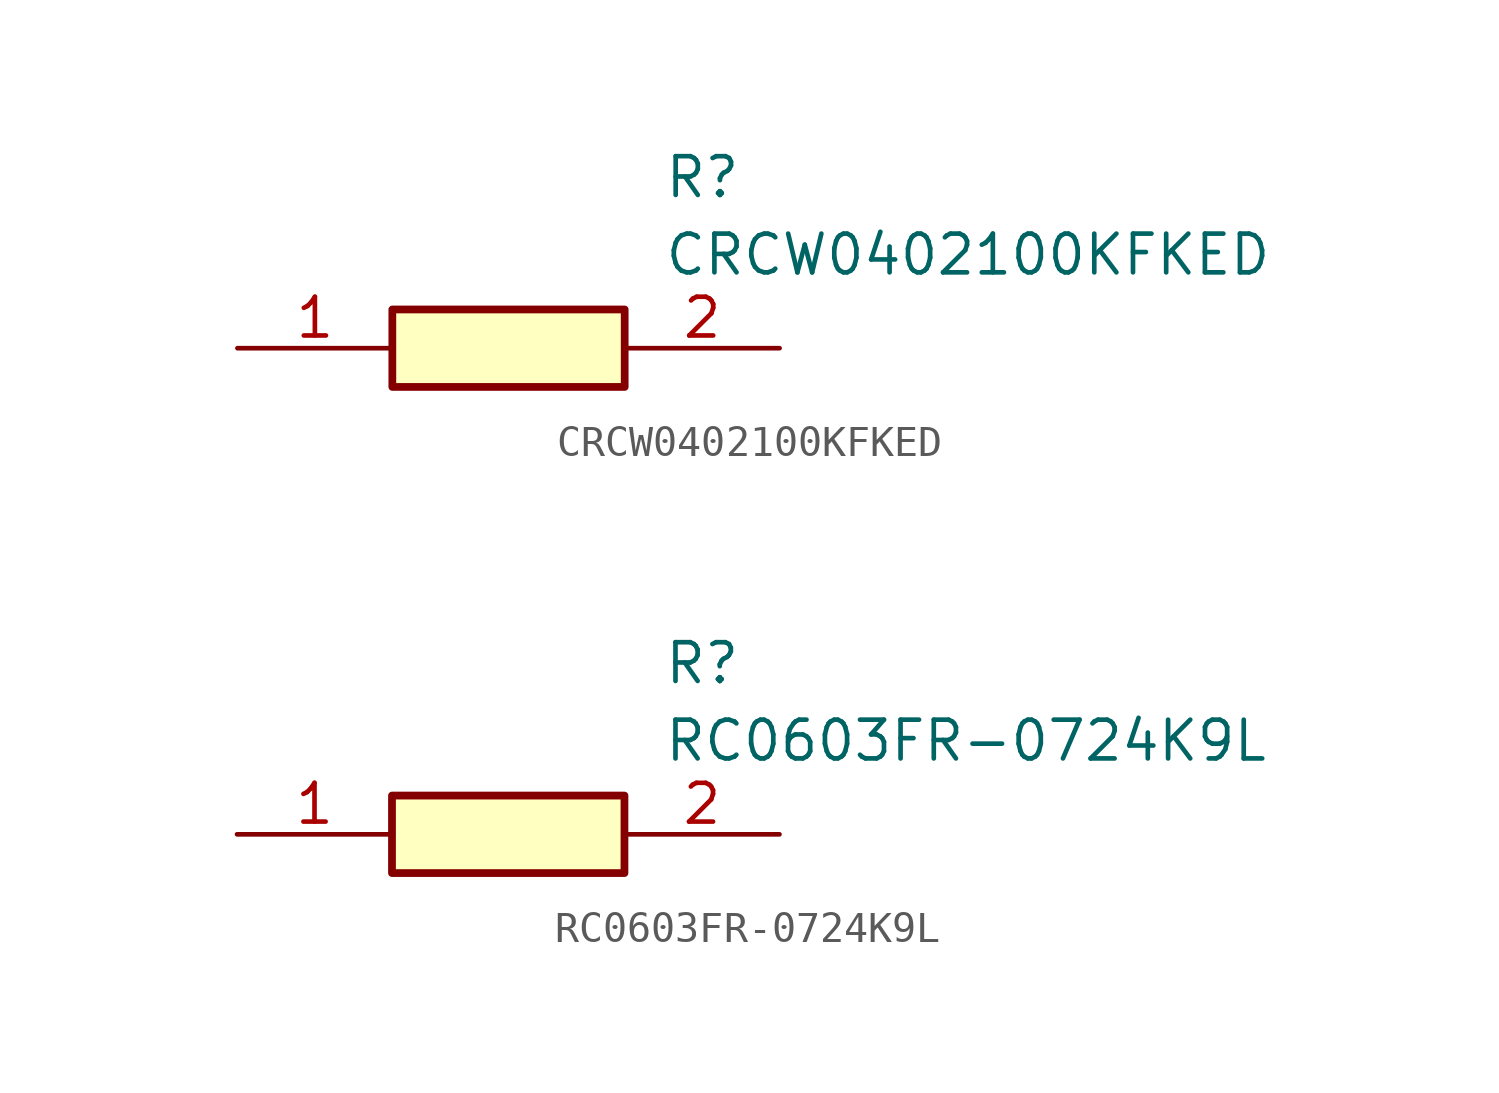
<source format=kicad_sym>
(kicad_symbol_lib
  (version 20241209)
  (generator "kicad_symbol_editor")
  (generator_version "9.0")
  (symbol "CRCW0402100KFKED"
    (pin_names
      (hide yes))
    (property "Reference" "R"
      (at 13.97 6.35 0)
      (effects (font (size 1.27 1.27)) (justify left top)))
    (property "Value" "CRCW0402100KFKED"
      (at 13.97 3.81 0)
      (effects (font (size 1.27 1.27)) (justify left top)))
    (symbol "CRCW0402100KFKED_1_1"
      (rectangle (start 5.08 1.27) (end 12.7 -1.27) (stroke (width 0.254) (type default)) (fill (type background)))
      (pin passive line (at 0 0 0) (length 5.08) (name "1" (effects (font (size 1.27 1.27)))) (number "1" (effects (font (size 1.27 1.27)))))
      (pin passive line (at 17.78 0 180) (length 5.08) (name "2" (effects (font (size 1.27 1.27)))) (number "2" (effects (font (size 1.27 1.27)))))))
  (symbol "RC0603FR-0724K9L"
    (pin_names
      (hide yes))
    (property "Reference" "R"
      (at 13.97 6.35 0)
      (effects (font (size 1.27 1.27)) (justify left top)))
    (property "Value" "RC0603FR-0724K9L"
      (at 13.97 3.81 0)
      (effects (font (size 1.27 1.27)) (justify left top)))
    (symbol "RC0603FR-0724K9L_1_1"
      (rectangle (start 5.08 1.27) (end 12.7 -1.27) (stroke (width 0.254) (type default)) (fill (type background)))
      (pin passive line (at 0 0 0) (length 5.08) (name "1" (effects (font (size 1.27 1.27)))) (number "1" (effects (font (size 1.27 1.27)))))
      (pin passive line (at 17.78 0 180) (length 5.08) (name "2" (effects (font (size 1.27 1.27)))) (number "2" (effects (font (size 1.27 1.27))))))))
</source>
